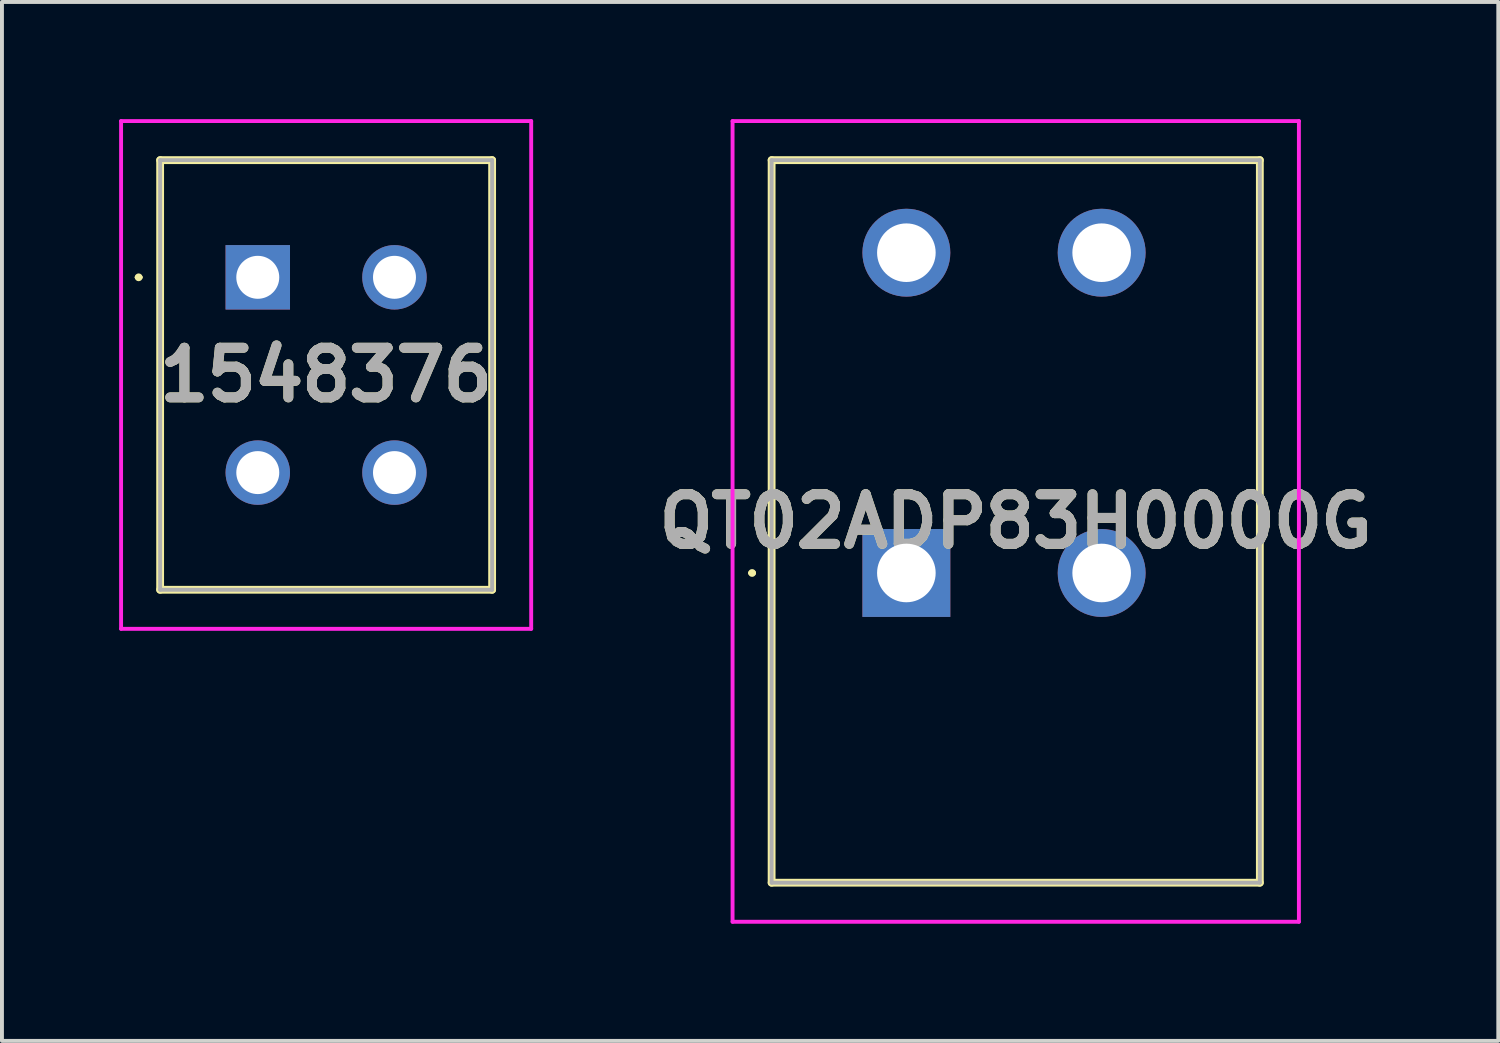
<source format=kicad_pcb>
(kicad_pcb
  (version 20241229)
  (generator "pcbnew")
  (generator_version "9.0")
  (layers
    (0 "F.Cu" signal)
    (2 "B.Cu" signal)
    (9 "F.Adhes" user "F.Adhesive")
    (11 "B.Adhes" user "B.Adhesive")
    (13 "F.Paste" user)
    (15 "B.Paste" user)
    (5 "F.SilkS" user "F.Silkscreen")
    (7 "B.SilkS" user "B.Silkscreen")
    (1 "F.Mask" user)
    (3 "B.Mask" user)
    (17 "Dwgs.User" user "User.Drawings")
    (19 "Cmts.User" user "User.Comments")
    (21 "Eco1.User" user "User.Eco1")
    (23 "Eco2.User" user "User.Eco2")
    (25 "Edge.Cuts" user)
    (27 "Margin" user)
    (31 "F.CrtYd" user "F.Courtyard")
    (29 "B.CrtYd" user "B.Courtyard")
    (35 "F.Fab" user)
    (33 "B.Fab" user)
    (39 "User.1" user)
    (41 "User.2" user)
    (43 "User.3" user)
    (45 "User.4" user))
  (footprint "QT02ADP83H0000G"
    (layer "F.Cu")
    (at 20.156 11.62)
    (property "Reference" "QT02ADP83H0000G" (at 2.8 -1.32 0) (layer "F.SilkS") (effects (font (size 1.27 1.27) (thickness 0.254))))
    (attr through_hole)
    (fp_line (start -4 0) (end -4 0) (stroke (width 0.1) (type solid)) (layer "F.SilkS"))
    (fp_line (start -3.9 0) (end -3.9 0) (stroke (width 0.1) (type solid)) (layer "F.SilkS"))
    (fp_line (start -3.45 -10.57) (end 9.05 -10.57) (stroke (width 0.2) (type solid)) (layer "F.SilkS"))
    (fp_line (start -3.45 7.93) (end -3.45 -10.57) (stroke (width 0.2) (type solid)) (layer "F.SilkS"))
    (fp_line (start 9.05 -10.57) (end 9.05 7.93) (stroke (width 0.2) (type solid)) (layer "F.SilkS"))
    (fp_line (start 9.05 7.93) (end -3.45 7.93) (stroke (width 0.2) (type solid)) (layer "F.SilkS"))
    (fp_arc (start -4 0) (mid -3.95 -0.05) (end -3.9 0) (stroke (width 0.1) (type solid)) (layer "F.SilkS"))
    (fp_arc (start -3.9 0) (mid -3.95 0.05) (end -4 0) (stroke (width 0.1) (type solid)) (layer "F.SilkS"))
    (fp_line (start -4.45 -11.57) (end 10.05 -11.57) (stroke (width 0.1) (type solid)) (layer "F.CrtYd"))
    (fp_line (start -4.45 8.93) (end -4.45 -11.57) (stroke (width 0.1) (type solid)) (layer "F.CrtYd"))
    (fp_line (start 10.05 -11.57) (end 10.05 8.93) (stroke (width 0.1) (type solid)) (layer "F.CrtYd"))
    (fp_line (start 10.05 8.93) (end -4.45 8.93) (stroke (width 0.1) (type solid)) (layer "F.CrtYd"))
    (fp_line (start -3.45 -10.57) (end 9.05 -10.57) (stroke (width 0.1) (type solid)) (layer "F.Fab"))
    (fp_line (start -3.45 7.93) (end -3.45 -10.57) (stroke (width 0.1) (type solid)) (layer "F.Fab"))
    (fp_line (start 9.05 -10.57) (end 9.05 7.93) (stroke (width 0.1) (type solid)) (layer "F.Fab"))
    (fp_line (start 9.05 7.93) (end -3.45 7.93) (stroke (width 0.1) (type solid)) (layer "F.Fab"))
    (fp_text user "${REFERENCE}" (at 2.8 -1.32 0) (layer "F.Fab") (effects (font (size 1.27 1.27) (thickness 0.254))))
    (pad "1" thru_hole rect (at 0 0) (size 2.25 2.25) (drill 1.5) (layers "*.Cu" "*.Mask"))
    (pad "2" thru_hole circle (at 0 -8.2) (size 2.25 2.25) (drill 1.5) (layers "*.Cu" "*.Mask"))
    (pad "3" thru_hole circle (at 5 0) (size 2.25 2.25) (drill 1.5) (layers "*.Cu" "*.Mask"))
    (pad "4" thru_hole circle (at 5 -8.2) (size 2.25 2.25) (drill 1.5) (layers "*.Cu" "*.Mask")))
  (footprint "1548376"
    (layer "F.Cu")
    (at 3.55 4.05)
    (property "Reference" "1548376" (at 1.75 2.5 0) (layer "F.SilkS") (effects (font (size 1.27 1.27) (thickness 0.254))))
    (attr through_hole)
    (fp_line (start -3.1 0) (end -3.1 0) (stroke (width 0.1) (type solid)) (layer "F.SilkS"))
    (fp_line (start -3 0) (end -3 0) (stroke (width 0.1) (type solid)) (layer "F.SilkS"))
    (fp_line (start -2.5 -3) (end 6 -3) (stroke (width 0.2) (type solid)) (layer "F.SilkS"))
    (fp_line (start -2.5 8) (end -2.5 -3) (stroke (width 0.2) (type solid)) (layer "F.SilkS"))
    (fp_line (start 6 -3) (end 6 8) (stroke (width 0.2) (type solid)) (layer "F.SilkS"))
    (fp_line (start 6 8) (end -2.5 8) (stroke (width 0.2) (type solid)) (layer "F.SilkS"))
    (fp_arc (start -3.1 0) (mid -3.05 -0.05) (end -3 0) (stroke (width 0.1) (type solid)) (layer "F.SilkS"))
    (fp_arc (start -3 0) (mid -3.05 0.05) (end -3.1 0) (stroke (width 0.1) (type solid)) (layer "F.SilkS"))
    (fp_line (start -3.5 -4) (end 7 -4) (stroke (width 0.1) (type solid)) (layer "F.CrtYd"))
    (fp_line (start -3.5 9) (end -3.5 -4) (stroke (width 0.1) (type solid)) (layer "F.CrtYd"))
    (fp_line (start 7 -4) (end 7 9) (stroke (width 0.1) (type solid)) (layer "F.CrtYd"))
    (fp_line (start 7 9) (end -3.5 9) (stroke (width 0.1) (type solid)) (layer "F.CrtYd"))
    (fp_line (start -2.5 -3) (end 6 -3) (stroke (width 0.1) (type solid)) (layer "F.Fab"))
    (fp_line (start -2.5 8) (end -2.5 -3) (stroke (width 0.1) (type solid)) (layer "F.Fab"))
    (fp_line (start 6 -3) (end 6 8) (stroke (width 0.1) (type solid)) (layer "F.Fab"))
    (fp_line (start 6 8) (end -2.5 8) (stroke (width 0.1) (type solid)) (layer "F.Fab"))
    (fp_text user "${REFERENCE}" (at 1.75 2.5 0) (layer "F.Fab") (effects (font (size 1.27 1.27) (thickness 0.254))))
    (pad "1" thru_hole rect (at 0 0) (size 1.65 1.65) (drill 1.1) (layers "*.Cu" "*.Mask"))
    (pad "2" thru_hole circle (at 0 5) (size 1.65 1.65) (drill 1.1) (layers "*.Cu" "*.Mask"))
    (pad "3" thru_hole circle (at 3.5 0) (size 1.65 1.65) (drill 1.1) (layers "*.Cu" "*.Mask"))
    (pad "4" thru_hole circle (at 3.5 5) (size 1.65 1.65) (drill 1.1) (layers "*.Cu" "*.Mask")))
  (gr_rect
    (start -3 -3)
    (end 35.311 23.6)
    (stroke (width 0.1) (type default))
    (fill no)
    (layer "Edge.Cuts")))
</source>
